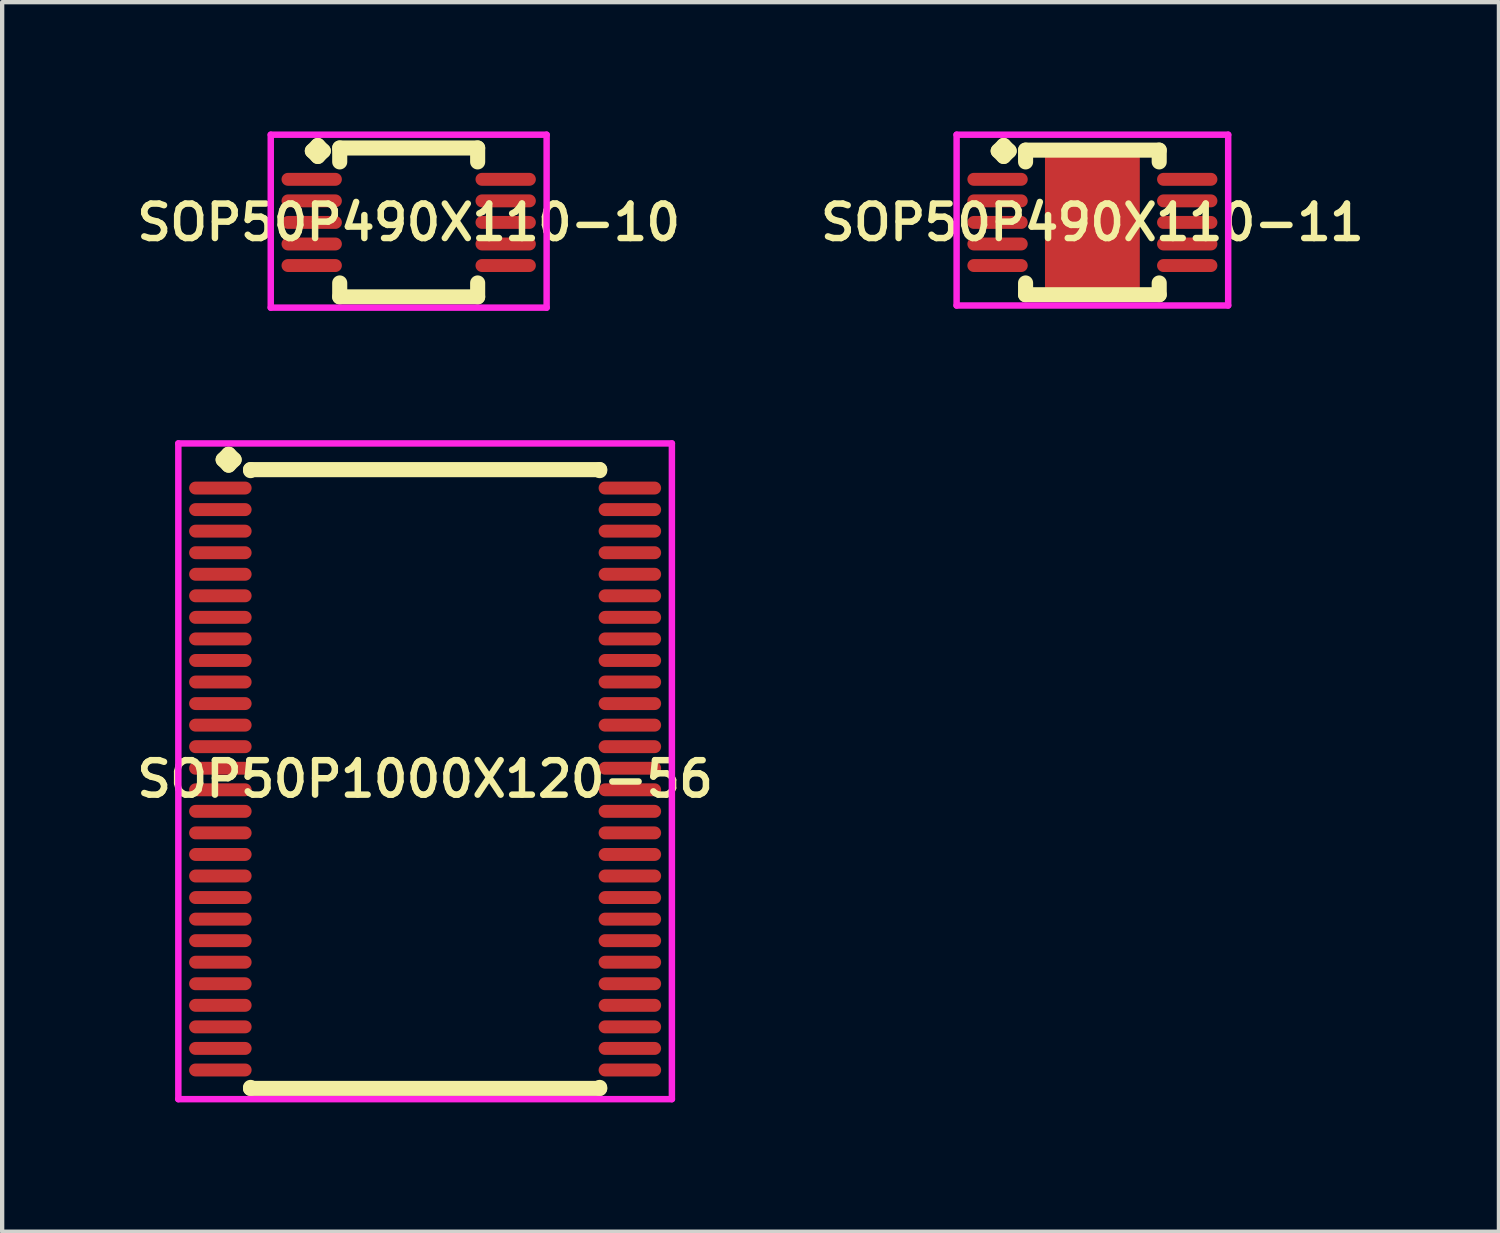
<source format=kicad_pcb>
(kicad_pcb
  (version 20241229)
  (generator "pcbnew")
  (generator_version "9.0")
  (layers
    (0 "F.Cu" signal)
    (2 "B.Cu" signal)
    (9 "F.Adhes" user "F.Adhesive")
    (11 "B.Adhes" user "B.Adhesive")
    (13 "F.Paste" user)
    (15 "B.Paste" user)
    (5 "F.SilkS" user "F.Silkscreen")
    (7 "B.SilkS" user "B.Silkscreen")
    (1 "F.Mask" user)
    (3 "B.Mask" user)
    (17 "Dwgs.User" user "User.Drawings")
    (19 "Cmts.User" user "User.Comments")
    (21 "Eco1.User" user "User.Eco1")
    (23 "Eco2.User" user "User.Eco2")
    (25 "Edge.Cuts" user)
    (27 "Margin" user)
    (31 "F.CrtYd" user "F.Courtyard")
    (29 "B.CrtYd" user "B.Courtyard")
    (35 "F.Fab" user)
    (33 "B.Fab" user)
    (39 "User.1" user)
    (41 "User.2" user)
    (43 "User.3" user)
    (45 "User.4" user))
  (footprint "SOP50P490X110-10"
    (layer "F.Cu")
    (at 6.431 2.11)
    (property "Reference" "SOP50P490X110-10" (at 0 0 0) (layer "F.SilkS") (effects (font (size 0.8 0.8) (thickness 0.15))))
    (attr smd)
    (fp_line (start -2.235 -1.658) (end -2.108 -1.785) (stroke (width 0.35) (type solid)) (layer "F.SilkS"))
    (fp_line (start -2.108 -1.785) (end -1.981 -1.658) (stroke (width 0.35) (type solid)) (layer "F.SilkS"))
    (fp_line (start -2.108 -1.531) (end -2.235 -1.658) (stroke (width 0.35) (type solid)) (layer "F.SilkS"))
    (fp_line (start -1.981 -1.658) (end -2.108 -1.531) (stroke (width 0.35) (type solid)) (layer "F.SilkS"))
    (fp_line (start -1.6 -1.727) (end 1.6 -1.727) (stroke (width 0.35) (type solid)) (layer "F.SilkS"))
    (fp_line (start -1.6 -1.404) (end -1.6 -1.727) (stroke (width 0.35) (type solid)) (layer "F.SilkS"))
    (fp_line (start -1.6 1.404) (end -1.6 1.727) (stroke (width 0.35) (type solid)) (layer "F.SilkS"))
    (fp_line (start -1.6 1.727) (end 1.6 1.727) (stroke (width 0.35) (type solid)) (layer "F.SilkS"))
    (fp_line (start 1.6 -1.727) (end 1.6 -1.404) (stroke (width 0.35) (type solid)) (layer "F.SilkS"))
    (fp_line (start 1.6 1.727) (end 1.6 1.404) (stroke (width 0.35) (type solid)) (layer "F.SilkS"))
    (fp_line (start -3.2 -2.035) (end 3.2 -2.035) (stroke (width 0.15) (type solid)) (layer "F.CrtYd"))
    (fp_line (start -3.2 1.977) (end -3.2 -2.035) (stroke (width 0.15) (type solid)) (layer "F.CrtYd"))
    (fp_line (start 3.2 -2.035) (end 3.2 1.977) (stroke (width 0.15) (type solid)) (layer "F.CrtYd"))
    (fp_line (start 3.2 1.977) (end -3.2 1.977) (stroke (width 0.15) (type solid)) (layer "F.CrtYd"))
    (pad "1" smd oval (at -2.25 -1) (size 1.4 0.3) (layers "F.Cu" "F.Mask" "F.Paste"))
    (pad "2" smd oval (at -2.25 -0.5) (size 1.4 0.3) (layers "F.Cu" "F.Mask" "F.Paste"))
    (pad "3" smd oval (at -2.25 0) (size 1.4 0.3) (layers "F.Cu" "F.Mask" "F.Paste"))
    (pad "4" smd oval (at -2.25 0.5) (size 1.4 0.3) (layers "F.Cu" "F.Mask" "F.Paste"))
    (pad "5" smd oval (at -2.25 1) (size 1.4 0.3) (layers "F.Cu" "F.Mask" "F.Paste"))
    (pad "6" smd oval (at 2.25 1) (size 1.4 0.3) (layers "F.Cu" "F.Mask" "F.Paste"))
    (pad "7" smd oval (at 2.25 0.5) (size 1.4 0.3) (layers "F.Cu" "F.Mask" "F.Paste"))
    (pad "8" smd oval (at 2.25 0) (size 1.4 0.3) (layers "F.Cu" "F.Mask" "F.Paste"))
    (pad "9" smd oval (at 2.25 -0.5) (size 1.4 0.3) (layers "F.Cu" "F.Mask" "F.Paste"))
    (pad "10" smd oval (at 2.25 -1) (size 1.4 0.3) (layers "F.Cu" "F.Mask" "F.Paste")))
  (footprint "SOP50P1000X120-56"
    (layer "F.Cu")
    (at 6.812 15.022)
    (property "Reference" "SOP50P1000X120-56" (at 0 0 0) (layer "F.SilkS") (effects (font (size 0.8 0.8) (thickness 0.15))))
    (attr smd)
    (fp_line (start -4.685 -7.408) (end -4.558 -7.535) (stroke (width 0.35) (type solid)) (layer "F.SilkS"))
    (fp_line (start -4.558 -7.535) (end -4.431 -7.408) (stroke (width 0.35) (type solid)) (layer "F.SilkS"))
    (fp_line (start -4.558 -7.281) (end -4.685 -7.408) (stroke (width 0.35) (type solid)) (layer "F.SilkS"))
    (fp_line (start -4.431 -7.408) (end -4.558 -7.281) (stroke (width 0.35) (type solid)) (layer "F.SilkS"))
    (fp_line (start -4.05 -7.177) (end 4.05 -7.177) (stroke (width 0.35) (type solid)) (layer "F.SilkS"))
    (fp_line (start -4.05 -7.154) (end -4.05 -7.177) (stroke (width 0.35) (type solid)) (layer "F.SilkS"))
    (fp_line (start -4.05 7.154) (end -4.05 7.177) (stroke (width 0.35) (type solid)) (layer "F.SilkS"))
    (fp_line (start -4.05 7.177) (end 4.05 7.177) (stroke (width 0.35) (type solid)) (layer "F.SilkS"))
    (fp_line (start 4.05 -7.177) (end 4.05 -7.154) (stroke (width 0.35) (type solid)) (layer "F.SilkS"))
    (fp_line (start 4.05 7.177) (end 4.05 7.154) (stroke (width 0.35) (type solid)) (layer "F.SilkS"))
    (fp_line (start -5.725 -7.785) (end 5.725 -7.785) (stroke (width 0.15) (type solid)) (layer "F.CrtYd"))
    (fp_line (start -5.725 7.427) (end -5.725 -7.785) (stroke (width 0.15) (type solid)) (layer "F.CrtYd"))
    (fp_line (start 5.725 -7.785) (end 5.725 7.427) (stroke (width 0.15) (type solid)) (layer "F.CrtYd"))
    (fp_line (start 5.725 7.427) (end -5.725 7.427) (stroke (width 0.15) (type solid)) (layer "F.CrtYd"))
    (pad "1" smd oval (at -4.75 -6.75) (size 1.45 0.3) (layers "F.Cu" "F.Mask" "F.Paste"))
    (pad "2" smd oval (at -4.75 -6.25) (size 1.45 0.3) (layers "F.Cu" "F.Mask" "F.Paste"))
    (pad "3" smd oval (at -4.75 -5.75) (size 1.45 0.3) (layers "F.Cu" "F.Mask" "F.Paste"))
    (pad "4" smd oval (at -4.75 -5.25) (size 1.45 0.3) (layers "F.Cu" "F.Mask" "F.Paste"))
    (pad "5" smd oval (at -4.75 -4.75) (size 1.45 0.3) (layers "F.Cu" "F.Mask" "F.Paste"))
    (pad "6" smd oval (at -4.75 -4.25) (size 1.45 0.3) (layers "F.Cu" "F.Mask" "F.Paste"))
    (pad "7" smd oval (at -4.75 -3.75) (size 1.45 0.3) (layers "F.Cu" "F.Mask" "F.Paste"))
    (pad "8" smd oval (at -4.75 -3.25) (size 1.45 0.3) (layers "F.Cu" "F.Mask" "F.Paste"))
    (pad "9" smd oval (at -4.75 -2.75) (size 1.45 0.3) (layers "F.Cu" "F.Mask" "F.Paste"))
    (pad "10" smd oval (at -4.75 -2.25) (size 1.45 0.3) (layers "F.Cu" "F.Mask" "F.Paste"))
    (pad "11" smd oval (at -4.75 -1.75) (size 1.45 0.3) (layers "F.Cu" "F.Mask" "F.Paste"))
    (pad "12" smd oval (at -4.75 -1.25) (size 1.45 0.3) (layers "F.Cu" "F.Mask" "F.Paste"))
    (pad "13" smd oval (at -4.75 -0.75) (size 1.45 0.3) (layers "F.Cu" "F.Mask" "F.Paste"))
    (pad "14" smd oval (at -4.75 -0.25) (size 1.45 0.3) (layers "F.Cu" "F.Mask" "F.Paste"))
    (pad "15" smd oval (at -4.75 0.25) (size 1.45 0.3) (layers "F.Cu" "F.Mask" "F.Paste"))
    (pad "16" smd oval (at -4.75 0.75) (size 1.45 0.3) (layers "F.Cu" "F.Mask" "F.Paste"))
    (pad "17" smd oval (at -4.75 1.25) (size 1.45 0.3) (layers "F.Cu" "F.Mask" "F.Paste"))
    (pad "18" smd oval (at -4.75 1.75) (size 1.45 0.3) (layers "F.Cu" "F.Mask" "F.Paste"))
    (pad "19" smd oval (at -4.75 2.25) (size 1.45 0.3) (layers "F.Cu" "F.Mask" "F.Paste"))
    (pad "20" smd oval (at -4.75 2.75) (size 1.45 0.3) (layers "F.Cu" "F.Mask" "F.Paste"))
    (pad "21" smd oval (at -4.75 3.25) (size 1.45 0.3) (layers "F.Cu" "F.Mask" "F.Paste"))
    (pad "22" smd oval (at -4.75 3.75) (size 1.45 0.3) (layers "F.Cu" "F.Mask" "F.Paste"))
    (pad "23" smd oval (at -4.75 4.25) (size 1.45 0.3) (layers "F.Cu" "F.Mask" "F.Paste"))
    (pad "24" smd oval (at -4.75 4.75) (size 1.45 0.3) (layers "F.Cu" "F.Mask" "F.Paste"))
    (pad "25" smd oval (at -4.75 5.25) (size 1.45 0.3) (layers "F.Cu" "F.Mask" "F.Paste"))
    (pad "26" smd oval (at -4.75 5.75) (size 1.45 0.3) (layers "F.Cu" "F.Mask" "F.Paste"))
    (pad "27" smd oval (at -4.75 6.25) (size 1.45 0.3) (layers "F.Cu" "F.Mask" "F.Paste"))
    (pad "28" smd oval (at -4.75 6.75) (size 1.45 0.3) (layers "F.Cu" "F.Mask" "F.Paste"))
    (pad "29" smd oval (at 4.75 6.75) (size 1.45 0.3) (layers "F.Cu" "F.Mask" "F.Paste"))
    (pad "30" smd oval (at 4.75 6.25) (size 1.45 0.3) (layers "F.Cu" "F.Mask" "F.Paste"))
    (pad "31" smd oval (at 4.75 5.75) (size 1.45 0.3) (layers "F.Cu" "F.Mask" "F.Paste"))
    (pad "32" smd oval (at 4.75 5.25) (size 1.45 0.3) (layers "F.Cu" "F.Mask" "F.Paste"))
    (pad "33" smd oval (at 4.75 4.75) (size 1.45 0.3) (layers "F.Cu" "F.Mask" "F.Paste"))
    (pad "34" smd oval (at 4.75 4.25) (size 1.45 0.3) (layers "F.Cu" "F.Mask" "F.Paste"))
    (pad "35" smd oval (at 4.75 3.75) (size 1.45 0.3) (layers "F.Cu" "F.Mask" "F.Paste"))
    (pad "36" smd oval (at 4.75 3.25) (size 1.45 0.3) (layers "F.Cu" "F.Mask" "F.Paste"))
    (pad "37" smd oval (at 4.75 2.75) (size 1.45 0.3) (layers "F.Cu" "F.Mask" "F.Paste"))
    (pad "38" smd oval (at 4.75 2.25) (size 1.45 0.3) (layers "F.Cu" "F.Mask" "F.Paste"))
    (pad "39" smd oval (at 4.75 1.75) (size 1.45 0.3) (layers "F.Cu" "F.Mask" "F.Paste"))
    (pad "40" smd oval (at 4.75 1.25) (size 1.45 0.3) (layers "F.Cu" "F.Mask" "F.Paste"))
    (pad "41" smd oval (at 4.75 0.75) (size 1.45 0.3) (layers "F.Cu" "F.Mask" "F.Paste"))
    (pad "42" smd oval (at 4.75 0.25) (size 1.45 0.3) (layers "F.Cu" "F.Mask" "F.Paste"))
    (pad "43" smd oval (at 4.75 -0.25) (size 1.45 0.3) (layers "F.Cu" "F.Mask" "F.Paste"))
    (pad "44" smd oval (at 4.75 -0.75) (size 1.45 0.3) (layers "F.Cu" "F.Mask" "F.Paste"))
    (pad "45" smd oval (at 4.75 -1.25) (size 1.45 0.3) (layers "F.Cu" "F.Mask" "F.Paste"))
    (pad "46" smd oval (at 4.75 -1.75) (size 1.45 0.3) (layers "F.Cu" "F.Mask" "F.Paste"))
    (pad "47" smd oval (at 4.75 -2.25) (size 1.45 0.3) (layers "F.Cu" "F.Mask" "F.Paste"))
    (pad "48" smd oval (at 4.75 -2.75) (size 1.45 0.3) (layers "F.Cu" "F.Mask" "F.Paste"))
    (pad "49" smd oval (at 4.75 -3.25) (size 1.45 0.3) (layers "F.Cu" "F.Mask" "F.Paste"))
    (pad "50" smd oval (at 4.75 -3.75) (size 1.45 0.3) (layers "F.Cu" "F.Mask" "F.Paste"))
    (pad "51" smd oval (at 4.75 -4.25) (size 1.45 0.3) (layers "F.Cu" "F.Mask" "F.Paste"))
    (pad "52" smd oval (at 4.75 -4.75) (size 1.45 0.3) (layers "F.Cu" "F.Mask" "F.Paste"))
    (pad "53" smd oval (at 4.75 -5.25) (size 1.45 0.3) (layers "F.Cu" "F.Mask" "F.Paste"))
    (pad "54" smd oval (at 4.75 -5.75) (size 1.45 0.3) (layers "F.Cu" "F.Mask" "F.Paste"))
    (pad "55" smd oval (at 4.75 -6.25) (size 1.45 0.3) (layers "F.Cu" "F.Mask" "F.Paste"))
    (pad "56" smd oval (at 4.75 -6.75) (size 1.45 0.3) (layers "F.Cu" "F.Mask" "F.Paste")))
  (footprint "SOP50P490X110-11"
    (layer "F.Cu")
    (at 22.292 2.11)
    (property "Reference" "SOP50P490X110-11" (at 0 0 0) (layer "F.SilkS") (effects (font (size 0.8 0.8) (thickness 0.15))))
    (attr through_hole)
    (fp_line (start -2.185 -1.658) (end -2.058 -1.785) (stroke (width 0.35) (type solid)) (layer "F.SilkS"))
    (fp_line (start -2.058 -1.785) (end -1.931 -1.658) (stroke (width 0.35) (type solid)) (layer "F.SilkS"))
    (fp_line (start -2.058 -1.531) (end -2.185 -1.658) (stroke (width 0.35) (type solid)) (layer "F.SilkS"))
    (fp_line (start -1.931 -1.658) (end -2.058 -1.531) (stroke (width 0.35) (type solid)) (layer "F.SilkS"))
    (fp_line (start -1.55 -1.677) (end 1.55 -1.677) (stroke (width 0.35) (type solid)) (layer "F.SilkS"))
    (fp_line (start -1.55 -1.404) (end -1.55 -1.677) (stroke (width 0.35) (type solid)) (layer "F.SilkS"))
    (fp_line (start -1.55 1.404) (end -1.55 1.677) (stroke (width 0.35) (type solid)) (layer "F.SilkS"))
    (fp_line (start -1.55 1.677) (end 1.55 1.677) (stroke (width 0.35) (type solid)) (layer "F.SilkS"))
    (fp_line (start 1.55 -1.677) (end 1.55 -1.404) (stroke (width 0.35) (type solid)) (layer "F.SilkS"))
    (fp_line (start 1.55 1.677) (end 1.55 1.404) (stroke (width 0.35) (type solid)) (layer "F.SilkS"))
    (fp_line (start -3.15 -2.035) (end 3.15 -2.035) (stroke (width 0.15) (type solid)) (layer "F.CrtYd"))
    (fp_line (start -3.15 1.927) (end -3.15 -2.035) (stroke (width 0.15) (type solid)) (layer "F.CrtYd"))
    (fp_line (start 3.15 -2.035) (end 3.15 1.927) (stroke (width 0.15) (type solid)) (layer "F.CrtYd"))
    (fp_line (start 3.15 1.927) (end -3.15 1.927) (stroke (width 0.15) (type solid)) (layer "F.CrtYd"))
    (pad "1" smd oval (at -2.2 -1) (size 1.4 0.3) (layers "F.Cu" "F.Mask" "F.Paste"))
    (pad "2" smd oval (at -2.2 -0.5) (size 1.4 0.3) (layers "F.Cu" "F.Mask" "F.Paste"))
    (pad "3" smd oval (at -2.2 0) (size 1.4 0.3) (layers "F.Cu" "F.Mask" "F.Paste"))
    (pad "4" smd oval (at -2.2 0.5) (size 1.4 0.3) (layers "F.Cu" "F.Mask" "F.Paste"))
    (pad "5" smd oval (at -2.2 1) (size 1.4 0.3) (layers "F.Cu" "F.Mask" "F.Paste"))
    (pad "6" smd oval (at 2.2 1) (size 1.4 0.3) (layers "F.Cu" "F.Mask" "F.Paste"))
    (pad "7" smd oval (at 2.2 0.5) (size 1.4 0.3) (layers "F.Cu" "F.Mask" "F.Paste"))
    (pad "8" smd oval (at 2.2 0) (size 1.4 0.3) (layers "F.Cu" "F.Mask" "F.Paste"))
    (pad "9" smd oval (at 2.2 -0.5) (size 1.4 0.3) (layers "F.Cu" "F.Mask" "F.Paste"))
    (pad "10" smd oval (at 2.2 -1) (size 1.4 0.3) (layers "F.Cu" "F.Mask" "F.Paste"))
    (pad "11" smd rect (at 0 0) (size 2.2 3.1) (layers "F.Cu" "F.Mask" "F.Paste")))
  (gr_rect
    (start -3 -3)
    (end 31.723 25.524)
    (stroke (width 0.1) (type default))
    (fill no)
    (layer "Edge.Cuts")))
</source>
